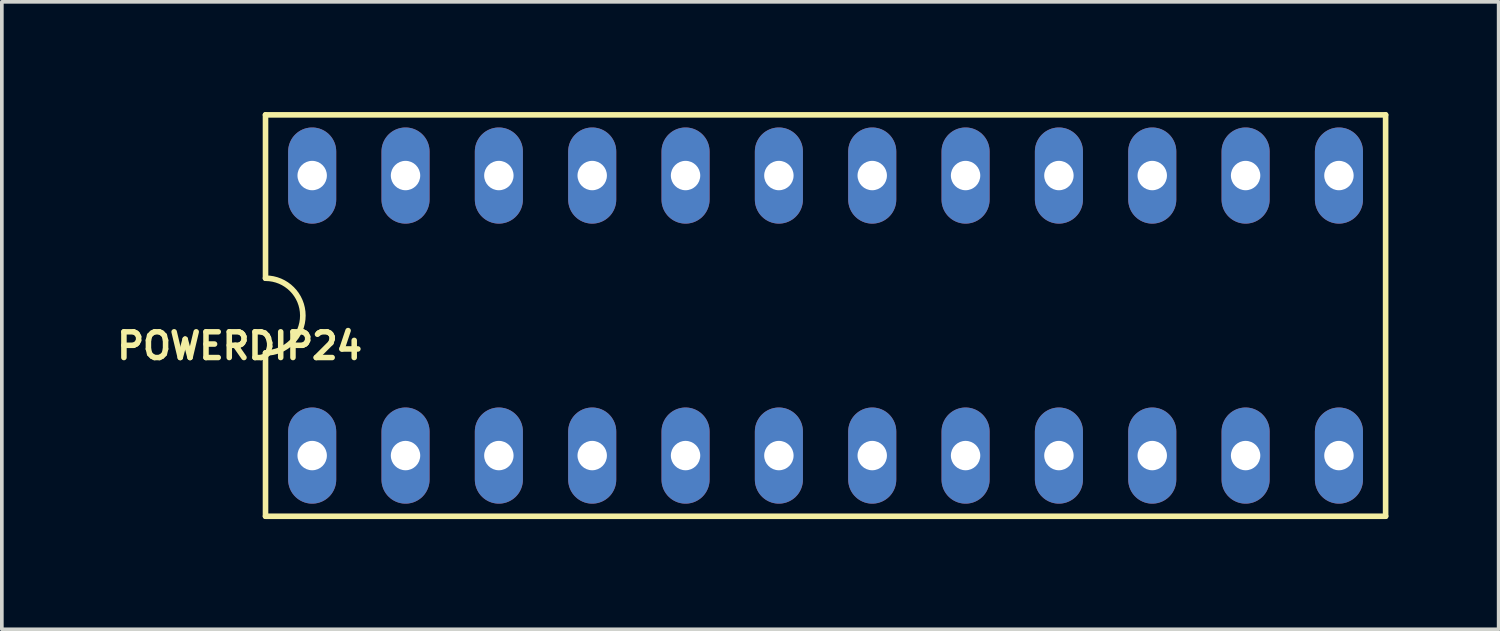
<source format=kicad_pcb>
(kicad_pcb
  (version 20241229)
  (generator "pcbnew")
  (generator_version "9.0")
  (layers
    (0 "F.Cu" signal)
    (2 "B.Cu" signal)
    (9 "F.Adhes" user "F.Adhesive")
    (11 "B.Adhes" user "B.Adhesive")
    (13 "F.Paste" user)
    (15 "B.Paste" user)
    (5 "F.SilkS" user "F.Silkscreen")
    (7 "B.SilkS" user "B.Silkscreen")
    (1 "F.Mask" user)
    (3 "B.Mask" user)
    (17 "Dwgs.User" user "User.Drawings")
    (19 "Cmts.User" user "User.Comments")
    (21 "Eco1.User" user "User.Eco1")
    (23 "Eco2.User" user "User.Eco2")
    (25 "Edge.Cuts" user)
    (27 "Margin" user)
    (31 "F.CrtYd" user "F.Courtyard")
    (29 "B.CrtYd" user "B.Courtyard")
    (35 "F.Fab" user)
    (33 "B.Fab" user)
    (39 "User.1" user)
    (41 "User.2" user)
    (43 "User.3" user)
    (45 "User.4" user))
  (footprint "POWERDIP24"
    (layer "F.Cu")
    (at 19.415 5.537)
    (property "Reference" "POWERDIP24" (at -15.943 0.826 180) (layer "F.SilkS") (effects (font (size 0.7 0.7) (thickness 0.15))))
    (attr through_hole)
    (fp_line (start -15.24 -5.461) (end -15.24 -1.016) (stroke (width 0.152) (type solid)) (layer "F.SilkS"))
    (fp_line (start -15.24 5.461) (end -15.24 1.016) (stroke (width 0.152) (type solid)) (layer "F.SilkS"))
    (fp_line (start -15.24 5.461) (end 15.24 5.461) (stroke (width 0.152) (type solid)) (layer "F.SilkS"))
    (fp_line (start 15.24 -5.461) (end -15.24 -5.461) (stroke (width 0.152) (type solid)) (layer "F.SilkS"))
    (fp_line (start 15.24 -5.461) (end 15.24 5.461) (stroke (width 0.152) (type solid)) (layer "F.SilkS"))
    (fp_arc (start -15.24 -1.016) (mid -14.224 0) (end -15.24 1.016) (stroke (width 0.1524) (type solid)) (layer "F.SilkS"))
    (pad "1" thru_hole oval (at -13.97 3.81) (size 1.308 2.616) (drill 0.8) (layers "*.Cu" "*.Mask"))
    (pad "2" thru_hole oval (at -11.43 3.81) (size 1.308 2.616) (drill 0.8) (layers "*.Cu" "*.Mask"))
    (pad "3" thru_hole oval (at -8.89 3.81) (size 1.308 2.616) (drill 0.8) (layers "*.Cu" "*.Mask"))
    (pad "4" thru_hole oval (at -6.35 3.81) (size 1.308 2.616) (drill 0.8) (layers "*.Cu" "*.Mask"))
    (pad "5" thru_hole oval (at -3.81 3.81) (size 1.308 2.616) (drill 0.8) (layers "*.Cu" "*.Mask"))
    (pad "6" thru_hole oval (at -1.27 3.81) (size 1.308 2.616) (drill 0.8) (layers "*.Cu" "*.Mask"))
    (pad "7" thru_hole oval (at 1.27 3.81) (size 1.308 2.616) (drill 0.8) (layers "*.Cu" "*.Mask"))
    (pad "8" thru_hole oval (at 3.81 3.81) (size 1.308 2.616) (drill 0.8) (layers "*.Cu" "*.Mask"))
    (pad "9" thru_hole oval (at 6.35 3.81) (size 1.308 2.616) (drill 0.8) (layers "*.Cu" "*.Mask"))
    (pad "10" thru_hole oval (at 8.89 3.81) (size 1.308 2.616) (drill 0.8) (layers "*.Cu" "*.Mask"))
    (pad "11" thru_hole oval (at 11.43 3.81) (size 1.308 2.616) (drill 0.8) (layers "*.Cu" "*.Mask"))
    (pad "12" thru_hole oval (at 13.97 3.81) (size 1.308 2.616) (drill 0.8) (layers "*.Cu" "*.Mask"))
    (pad "13" thru_hole oval (at 13.97 -3.81) (size 1.308 2.616) (drill 0.8) (layers "*.Cu" "*.Mask"))
    (pad "14" thru_hole oval (at 11.43 -3.81) (size 1.308 2.616) (drill 0.8) (layers "*.Cu" "*.Mask"))
    (pad "15" thru_hole oval (at 8.89 -3.81) (size 1.308 2.616) (drill 0.8) (layers "*.Cu" "*.Mask"))
    (pad "16" thru_hole oval (at 6.35 -3.81) (size 1.308 2.616) (drill 0.8) (layers "*.Cu" "*.Mask"))
    (pad "17" thru_hole oval (at 3.81 -3.81) (size 1.308 2.616) (drill 0.8) (layers "*.Cu" "*.Mask"))
    (pad "18" thru_hole oval (at 1.27 -3.81) (size 1.308 2.616) (drill 0.8) (layers "*.Cu" "*.Mask"))
    (pad "19" thru_hole oval (at -1.27 -3.81) (size 1.308 2.616) (drill 0.8) (layers "*.Cu" "*.Mask"))
    (pad "20" thru_hole oval (at -3.81 -3.81) (size 1.308 2.616) (drill 0.8) (layers "*.Cu" "*.Mask"))
    (pad "21" thru_hole oval (at -6.35 -3.81) (size 1.308 2.616) (drill 0.8) (layers "*.Cu" "*.Mask"))
    (pad "22" thru_hole oval (at -8.89 -3.81) (size 1.308 2.616) (drill 0.8) (layers "*.Cu" "*.Mask"))
    (pad "23" thru_hole oval (at -11.43 -3.81) (size 1.308 2.616) (drill 0.8) (layers "*.Cu" "*.Mask"))
    (pad "24" thru_hole oval (at -13.97 -3.81) (size 1.308 2.616) (drill 0.8) (layers "*.Cu" "*.Mask")))
  (gr_rect
    (start -3 -3)
    (end 37.731 14.074)
    (stroke (width 0.1) (type default))
    (fill no)
    (layer "Edge.Cuts")))
</source>
